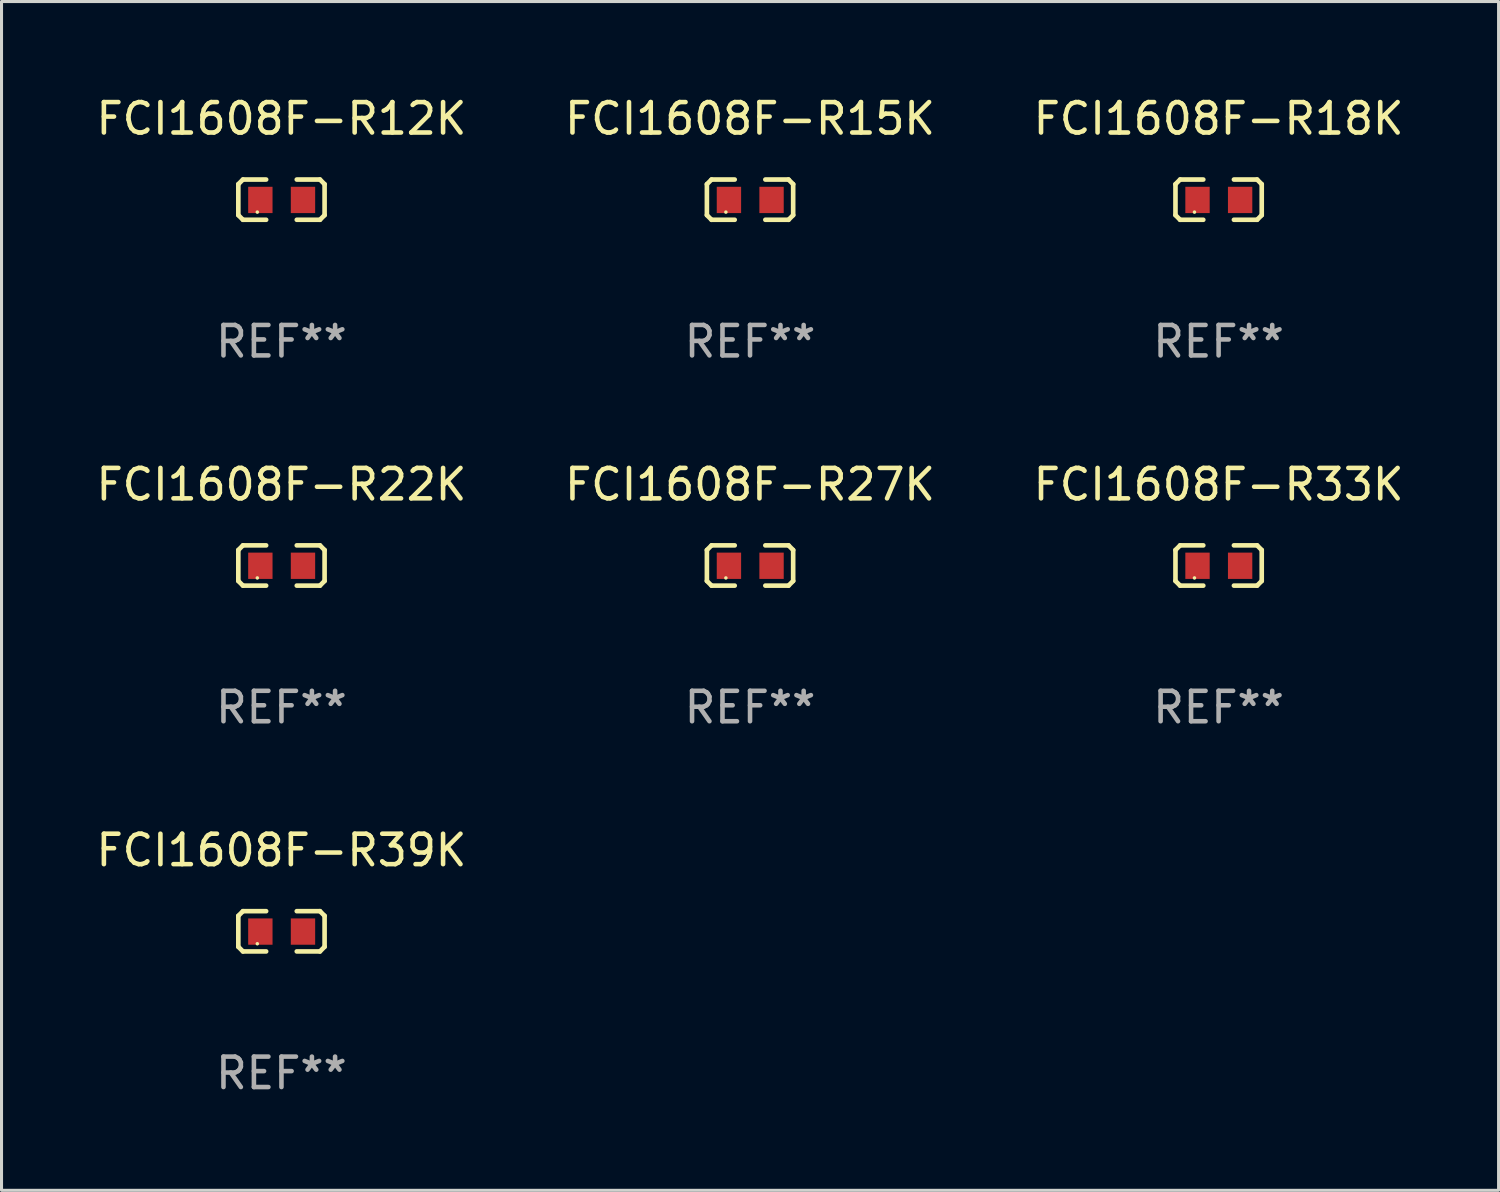
<source format=kicad_pcb>
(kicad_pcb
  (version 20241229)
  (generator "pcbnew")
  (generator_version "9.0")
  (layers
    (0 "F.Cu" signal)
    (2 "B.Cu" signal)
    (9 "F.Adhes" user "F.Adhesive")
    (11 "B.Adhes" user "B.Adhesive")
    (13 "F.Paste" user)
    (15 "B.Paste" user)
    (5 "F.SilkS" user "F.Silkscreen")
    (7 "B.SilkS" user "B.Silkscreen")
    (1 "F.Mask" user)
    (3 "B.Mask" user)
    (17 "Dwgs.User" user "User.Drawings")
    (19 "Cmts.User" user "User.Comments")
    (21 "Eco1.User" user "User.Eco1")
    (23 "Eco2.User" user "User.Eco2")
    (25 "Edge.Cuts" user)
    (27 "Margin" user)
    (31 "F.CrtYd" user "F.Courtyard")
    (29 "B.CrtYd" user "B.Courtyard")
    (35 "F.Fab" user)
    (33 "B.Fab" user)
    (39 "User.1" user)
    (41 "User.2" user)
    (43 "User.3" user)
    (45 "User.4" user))
  (footprint "FCI1608F-R12K"
    (layer "F.Cu")
    (at 6.196 3.509)
    (property "Reference" "FCI1608F-R12K" (at 0 -2.661 0) (layer "F.SilkS") (effects (font (size 1 1) (thickness 0.15))))
    (attr through_hole)
    (fp_line (start -1.417 -0.508) (end -1.265 -0.661) (stroke (width 0.152) (type solid)) (layer "F.SilkS"))
    (fp_line (start -1.417 0.508) (end -1.417 -0.508) (stroke (width 0.152) (type solid)) (layer "F.SilkS"))
    (fp_line (start -1.265 -0.661) (end -0.503 -0.661) (stroke (width 0.152) (type solid)) (layer "F.SilkS"))
    (fp_line (start -1.265 0.661) (end -1.417 0.508) (stroke (width 0.152) (type solid)) (layer "F.SilkS"))
    (fp_line (start -1.265 0.661) (end -0.503 0.661) (stroke (width 0.152) (type solid)) (layer "F.SilkS"))
    (fp_line (start 1.265 -0.661) (end 0.503 -0.661) (stroke (width 0.152) (type solid)) (layer "F.SilkS"))
    (fp_line (start 1.265 -0.661) (end 1.417 -0.508) (stroke (width 0.152) (type solid)) (layer "F.SilkS"))
    (fp_line (start 1.265 0.661) (end 0.503 0.661) (stroke (width 0.152) (type solid)) (layer "F.SilkS"))
    (fp_line (start 1.417 -0.508) (end 1.417 0.508) (stroke (width 0.152) (type solid)) (layer "F.SilkS"))
    (fp_line (start 1.417 0.508) (end 1.265 0.661) (stroke (width 0.152) (type solid)) (layer "F.SilkS"))
    (fp_circle (center -0.793 0.409) (end -0.763 0.409) (stroke (width 0.06) (type solid)) (fill no) (layer "F.SilkS"))
    (fp_text user "REF**" (at 0 4.661 0) (layer "F.Fab") (effects (font (size 1 1) (thickness 0.15))))
    (pad "1" smd rect (at -0.693 0.009 180) (size 0.8 0.864) (layers "F.Cu" "F.Mask" "F.Paste"))
    (pad "2" smd rect (at 0.707 0.009 180) (size 0.8 0.864) (layers "F.Cu" "F.Mask" "F.Paste")))
  (footprint "FCI1608F-R27K"
    (layer "F.Cu")
    (at 21.589 15.527)
    (property "Reference" "FCI1608F-R27K" (at 0 -2.661 0) (layer "F.SilkS") (effects (font (size 1 1) (thickness 0.15))))
    (attr through_hole)
    (fp_line (start -1.417 -0.508) (end -1.265 -0.661) (stroke (width 0.152) (type solid)) (layer "F.SilkS"))
    (fp_line (start -1.417 0.508) (end -1.417 -0.508) (stroke (width 0.152) (type solid)) (layer "F.SilkS"))
    (fp_line (start -1.265 -0.661) (end -0.503 -0.661) (stroke (width 0.152) (type solid)) (layer "F.SilkS"))
    (fp_line (start -1.265 0.661) (end -1.417 0.508) (stroke (width 0.152) (type solid)) (layer "F.SilkS"))
    (fp_line (start -1.265 0.661) (end -0.503 0.661) (stroke (width 0.152) (type solid)) (layer "F.SilkS"))
    (fp_line (start 1.265 -0.661) (end 0.503 -0.661) (stroke (width 0.152) (type solid)) (layer "F.SilkS"))
    (fp_line (start 1.265 -0.661) (end 1.417 -0.508) (stroke (width 0.152) (type solid)) (layer "F.SilkS"))
    (fp_line (start 1.265 0.661) (end 0.503 0.661) (stroke (width 0.152) (type solid)) (layer "F.SilkS"))
    (fp_line (start 1.417 -0.508) (end 1.417 0.508) (stroke (width 0.152) (type solid)) (layer "F.SilkS"))
    (fp_line (start 1.417 0.508) (end 1.265 0.661) (stroke (width 0.152) (type solid)) (layer "F.SilkS"))
    (fp_circle (center -0.793 0.409) (end -0.763 0.409) (stroke (width 0.06) (type solid)) (fill no) (layer "F.SilkS"))
    (fp_text user "REF**" (at 0 4.661 0) (layer "F.Fab") (effects (font (size 1 1) (thickness 0.15))))
    (pad "1" smd rect (at -0.693 0.009 180) (size 0.8 0.864) (layers "F.Cu" "F.Mask" "F.Paste"))
    (pad "2" smd rect (at 0.707 0.009 180) (size 0.8 0.864) (layers "F.Cu" "F.Mask" "F.Paste")))
  (footprint "FCI1608F-R15K"
    (layer "F.Cu")
    (at 21.589 3.509)
    (property "Reference" "FCI1608F-R15K" (at 0 -2.661 0) (layer "F.SilkS") (effects (font (size 1 1) (thickness 0.15))))
    (attr through_hole)
    (fp_line (start -1.417 -0.508) (end -1.265 -0.661) (stroke (width 0.152) (type solid)) (layer "F.SilkS"))
    (fp_line (start -1.417 0.508) (end -1.417 -0.508) (stroke (width 0.152) (type solid)) (layer "F.SilkS"))
    (fp_line (start -1.265 -0.661) (end -0.503 -0.661) (stroke (width 0.152) (type solid)) (layer "F.SilkS"))
    (fp_line (start -1.265 0.661) (end -1.417 0.508) (stroke (width 0.152) (type solid)) (layer "F.SilkS"))
    (fp_line (start -1.265 0.661) (end -0.503 0.661) (stroke (width 0.152) (type solid)) (layer "F.SilkS"))
    (fp_line (start 1.265 -0.661) (end 0.503 -0.661) (stroke (width 0.152) (type solid)) (layer "F.SilkS"))
    (fp_line (start 1.265 -0.661) (end 1.417 -0.508) (stroke (width 0.152) (type solid)) (layer "F.SilkS"))
    (fp_line (start 1.265 0.661) (end 0.503 0.661) (stroke (width 0.152) (type solid)) (layer "F.SilkS"))
    (fp_line (start 1.417 -0.508) (end 1.417 0.508) (stroke (width 0.152) (type solid)) (layer "F.SilkS"))
    (fp_line (start 1.417 0.508) (end 1.265 0.661) (stroke (width 0.152) (type solid)) (layer "F.SilkS"))
    (fp_circle (center -0.793 0.409) (end -0.763 0.409) (stroke (width 0.06) (type solid)) (fill no) (layer "F.SilkS"))
    (fp_text user "REF**" (at 0 4.661 0) (layer "F.Fab") (effects (font (size 1 1) (thickness 0.15))))
    (pad "1" smd rect (at -0.693 0.009 180) (size 0.8 0.864) (layers "F.Cu" "F.Mask" "F.Paste"))
    (pad "2" smd rect (at 0.707 0.009 180) (size 0.8 0.864) (layers "F.Cu" "F.Mask" "F.Paste")))
  (footprint "FCI1608F-R22K"
    (layer "F.Cu")
    (at 6.196 15.527)
    (property "Reference" "FCI1608F-R22K" (at 0 -2.661 0) (layer "F.SilkS") (effects (font (size 1 1) (thickness 0.15))))
    (attr through_hole)
    (fp_line (start -1.417 -0.508) (end -1.265 -0.661) (stroke (width 0.152) (type solid)) (layer "F.SilkS"))
    (fp_line (start -1.417 0.508) (end -1.417 -0.508) (stroke (width 0.152) (type solid)) (layer "F.SilkS"))
    (fp_line (start -1.265 -0.661) (end -0.503 -0.661) (stroke (width 0.152) (type solid)) (layer "F.SilkS"))
    (fp_line (start -1.265 0.661) (end -1.417 0.508) (stroke (width 0.152) (type solid)) (layer "F.SilkS"))
    (fp_line (start -1.265 0.661) (end -0.503 0.661) (stroke (width 0.152) (type solid)) (layer "F.SilkS"))
    (fp_line (start 1.265 -0.661) (end 0.503 -0.661) (stroke (width 0.152) (type solid)) (layer "F.SilkS"))
    (fp_line (start 1.265 -0.661) (end 1.417 -0.508) (stroke (width 0.152) (type solid)) (layer "F.SilkS"))
    (fp_line (start 1.265 0.661) (end 0.503 0.661) (stroke (width 0.152) (type solid)) (layer "F.SilkS"))
    (fp_line (start 1.417 -0.508) (end 1.417 0.508) (stroke (width 0.152) (type solid)) (layer "F.SilkS"))
    (fp_line (start 1.417 0.508) (end 1.265 0.661) (stroke (width 0.152) (type solid)) (layer "F.SilkS"))
    (fp_circle (center -0.793 0.409) (end -0.763 0.409) (stroke (width 0.06) (type solid)) (fill no) (layer "F.SilkS"))
    (fp_text user "REF**" (at 0 4.661 0) (layer "F.Fab") (effects (font (size 1 1) (thickness 0.15))))
    (pad "1" smd rect (at -0.693 0.009 180) (size 0.8 0.864) (layers "F.Cu" "F.Mask" "F.Paste"))
    (pad "2" smd rect (at 0.707 0.009 180) (size 0.8 0.864) (layers "F.Cu" "F.Mask" "F.Paste")))
  (footprint "FCI1608F-R18K"
    (layer "F.Cu")
    (at 36.982 3.509)
    (property "Reference" "FCI1608F-R18K" (at 0 -2.661 0) (layer "F.SilkS") (effects (font (size 1 1) (thickness 0.15))))
    (attr through_hole)
    (fp_line (start -1.417 -0.508) (end -1.265 -0.661) (stroke (width 0.152) (type solid)) (layer "F.SilkS"))
    (fp_line (start -1.417 0.508) (end -1.417 -0.508) (stroke (width 0.152) (type solid)) (layer "F.SilkS"))
    (fp_line (start -1.265 -0.661) (end -0.503 -0.661) (stroke (width 0.152) (type solid)) (layer "F.SilkS"))
    (fp_line (start -1.265 0.661) (end -1.417 0.508) (stroke (width 0.152) (type solid)) (layer "F.SilkS"))
    (fp_line (start -1.265 0.661) (end -0.503 0.661) (stroke (width 0.152) (type solid)) (layer "F.SilkS"))
    (fp_line (start 1.265 -0.661) (end 0.503 -0.661) (stroke (width 0.152) (type solid)) (layer "F.SilkS"))
    (fp_line (start 1.265 -0.661) (end 1.417 -0.508) (stroke (width 0.152) (type solid)) (layer "F.SilkS"))
    (fp_line (start 1.265 0.661) (end 0.503 0.661) (stroke (width 0.152) (type solid)) (layer "F.SilkS"))
    (fp_line (start 1.417 -0.508) (end 1.417 0.508) (stroke (width 0.152) (type solid)) (layer "F.SilkS"))
    (fp_line (start 1.417 0.508) (end 1.265 0.661) (stroke (width 0.152) (type solid)) (layer "F.SilkS"))
    (fp_circle (center -0.793 0.409) (end -0.763 0.409) (stroke (width 0.06) (type solid)) (fill no) (layer "F.SilkS"))
    (fp_text user "REF**" (at 0 4.661 0) (layer "F.Fab") (effects (font (size 1 1) (thickness 0.15))))
    (pad "1" smd rect (at -0.693 0.009 180) (size 0.8 0.864) (layers "F.Cu" "F.Mask" "F.Paste"))
    (pad "2" smd rect (at 0.707 0.009 180) (size 0.8 0.864) (layers "F.Cu" "F.Mask" "F.Paste")))
  (footprint "FCI1608F-R33K"
    (layer "F.Cu")
    (at 36.982 15.527)
    (property "Reference" "FCI1608F-R33K" (at 0 -2.661 0) (layer "F.SilkS") (effects (font (size 1 1) (thickness 0.15))))
    (attr through_hole)
    (fp_line (start -1.417 -0.508) (end -1.265 -0.661) (stroke (width 0.152) (type solid)) (layer "F.SilkS"))
    (fp_line (start -1.417 0.508) (end -1.417 -0.508) (stroke (width 0.152) (type solid)) (layer "F.SilkS"))
    (fp_line (start -1.265 -0.661) (end -0.503 -0.661) (stroke (width 0.152) (type solid)) (layer "F.SilkS"))
    (fp_line (start -1.265 0.661) (end -1.417 0.508) (stroke (width 0.152) (type solid)) (layer "F.SilkS"))
    (fp_line (start -1.265 0.661) (end -0.503 0.661) (stroke (width 0.152) (type solid)) (layer "F.SilkS"))
    (fp_line (start 1.265 -0.661) (end 0.503 -0.661) (stroke (width 0.152) (type solid)) (layer "F.SilkS"))
    (fp_line (start 1.265 -0.661) (end 1.417 -0.508) (stroke (width 0.152) (type solid)) (layer "F.SilkS"))
    (fp_line (start 1.265 0.661) (end 0.503 0.661) (stroke (width 0.152) (type solid)) (layer "F.SilkS"))
    (fp_line (start 1.417 -0.508) (end 1.417 0.508) (stroke (width 0.152) (type solid)) (layer "F.SilkS"))
    (fp_line (start 1.417 0.508) (end 1.265 0.661) (stroke (width 0.152) (type solid)) (layer "F.SilkS"))
    (fp_circle (center -0.793 0.409) (end -0.763 0.409) (stroke (width 0.06) (type solid)) (fill no) (layer "F.SilkS"))
    (fp_text user "REF**" (at 0 4.661 0) (layer "F.Fab") (effects (font (size 1 1) (thickness 0.15))))
    (pad "1" smd rect (at -0.693 0.009 180) (size 0.8 0.864) (layers "F.Cu" "F.Mask" "F.Paste"))
    (pad "2" smd rect (at 0.707 0.009 180) (size 0.8 0.864) (layers "F.Cu" "F.Mask" "F.Paste")))
  (footprint "FCI1608F-R39K"
    (layer "F.Cu")
    (at 6.196 27.544)
    (property "Reference" "FCI1608F-R39K" (at 0 -2.661 0) (layer "F.SilkS") (effects (font (size 1 1) (thickness 0.15))))
    (attr through_hole)
    (fp_line (start -1.417 -0.508) (end -1.265 -0.661) (stroke (width 0.152) (type solid)) (layer "F.SilkS"))
    (fp_line (start -1.417 0.508) (end -1.417 -0.508) (stroke (width 0.152) (type solid)) (layer "F.SilkS"))
    (fp_line (start -1.265 -0.661) (end -0.503 -0.661) (stroke (width 0.152) (type solid)) (layer "F.SilkS"))
    (fp_line (start -1.265 0.661) (end -1.417 0.508) (stroke (width 0.152) (type solid)) (layer "F.SilkS"))
    (fp_line (start -1.265 0.661) (end -0.503 0.661) (stroke (width 0.152) (type solid)) (layer "F.SilkS"))
    (fp_line (start 1.265 -0.661) (end 0.503 -0.661) (stroke (width 0.152) (type solid)) (layer "F.SilkS"))
    (fp_line (start 1.265 -0.661) (end 1.417 -0.508) (stroke (width 0.152) (type solid)) (layer "F.SilkS"))
    (fp_line (start 1.265 0.661) (end 0.503 0.661) (stroke (width 0.152) (type solid)) (layer "F.SilkS"))
    (fp_line (start 1.417 -0.508) (end 1.417 0.508) (stroke (width 0.152) (type solid)) (layer "F.SilkS"))
    (fp_line (start 1.417 0.508) (end 1.265 0.661) (stroke (width 0.152) (type solid)) (layer "F.SilkS"))
    (fp_circle (center -0.793 0.409) (end -0.763 0.409) (stroke (width 0.06) (type solid)) (fill no) (layer "F.SilkS"))
    (fp_text user "REF**" (at 0 4.661 0) (layer "F.Fab") (effects (font (size 1 1) (thickness 0.15))))
    (pad "1" smd rect (at -0.693 0.009 180) (size 0.8 0.864) (layers "F.Cu" "F.Mask" "F.Paste"))
    (pad "2" smd rect (at 0.707 0.009 180) (size 0.8 0.864) (layers "F.Cu" "F.Mask" "F.Paste")))
  (gr_rect
    (start -3 -3)
    (end 46.179 36.053)
    (stroke (width 0.1) (type default))
    (fill no)
    (layer "Edge.Cuts")))
</source>
